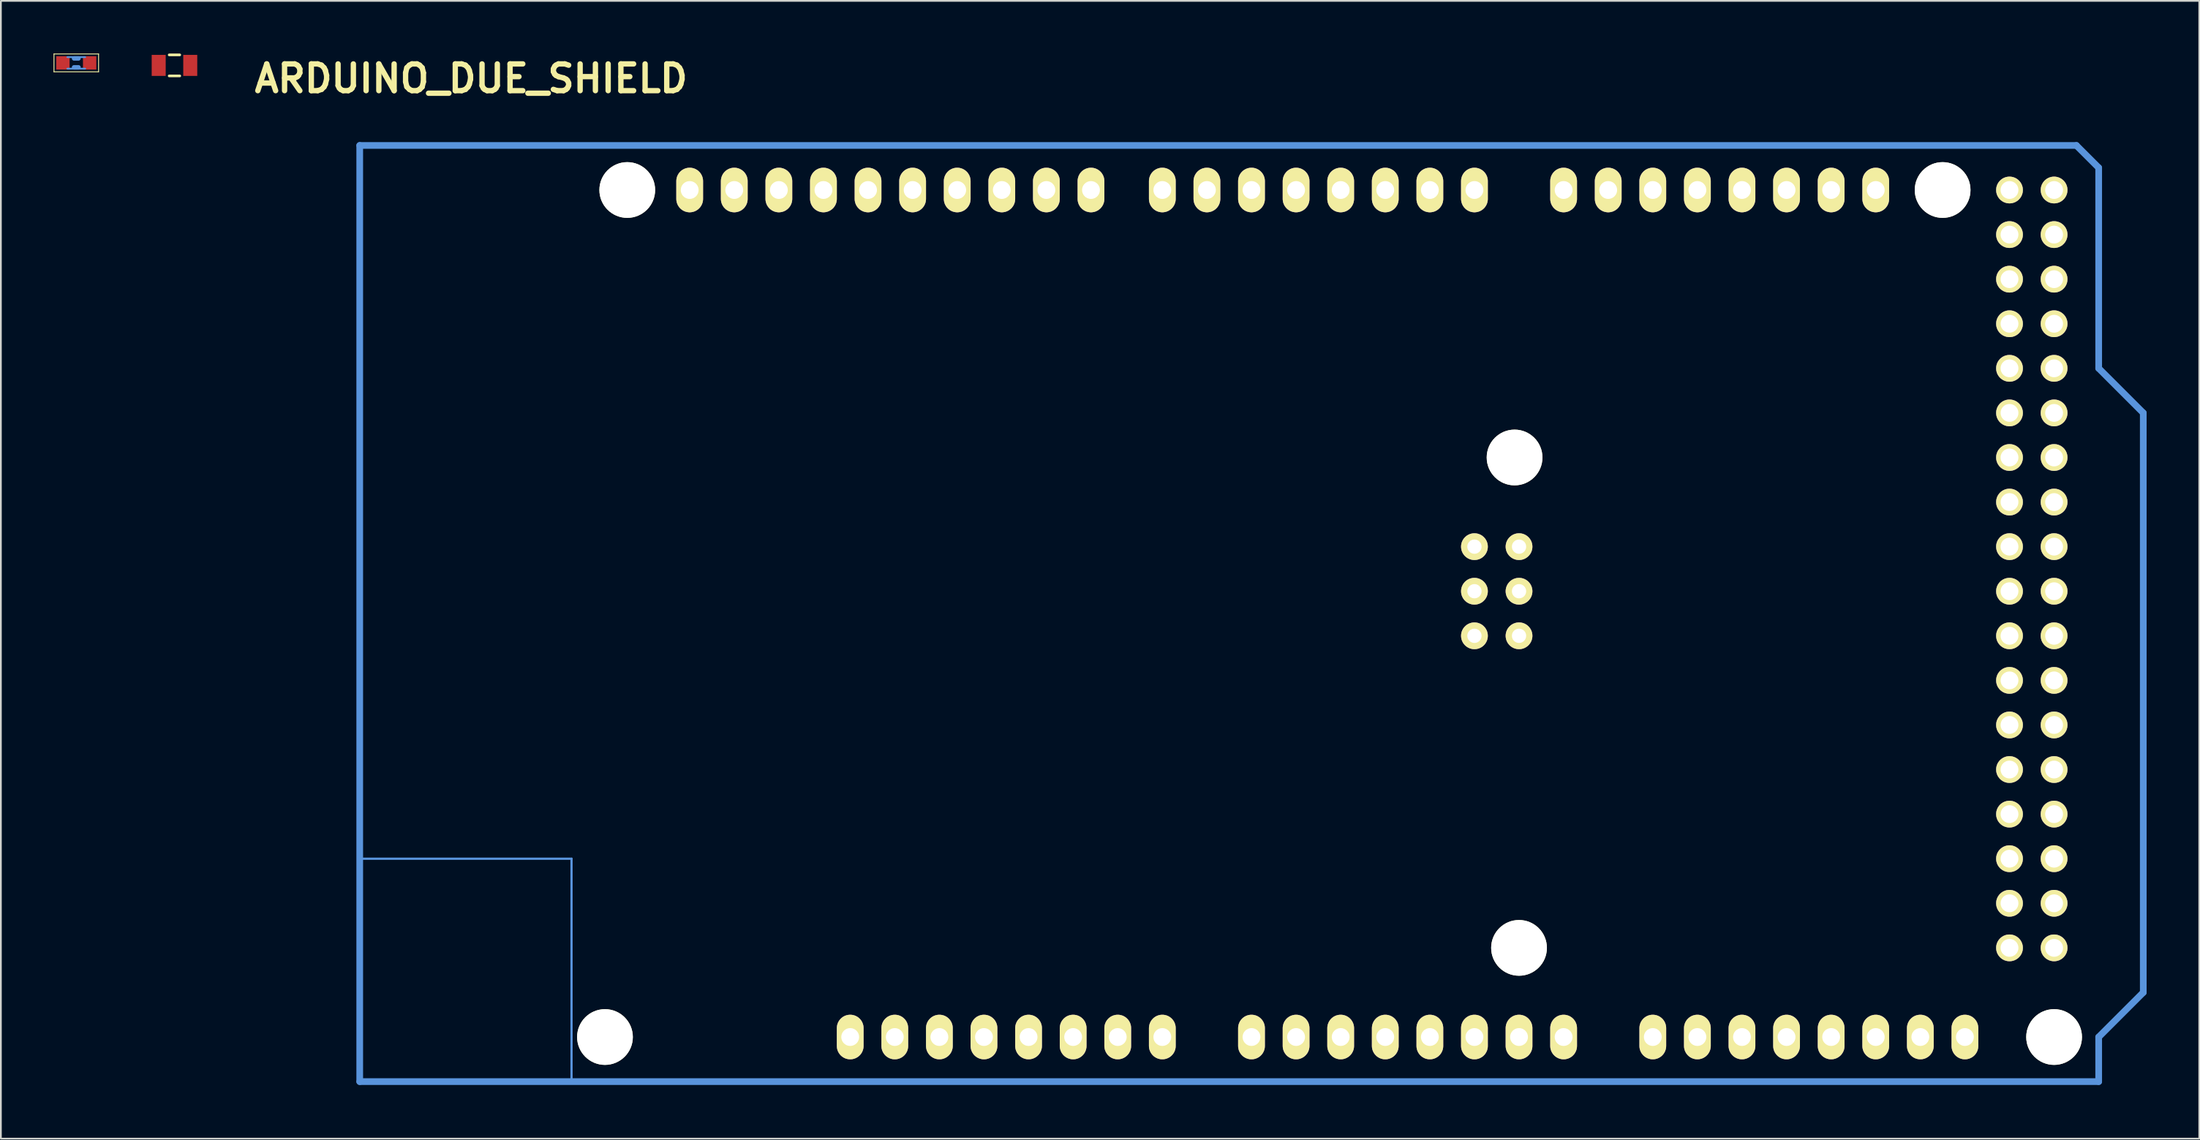
<source format=kicad_pcb>
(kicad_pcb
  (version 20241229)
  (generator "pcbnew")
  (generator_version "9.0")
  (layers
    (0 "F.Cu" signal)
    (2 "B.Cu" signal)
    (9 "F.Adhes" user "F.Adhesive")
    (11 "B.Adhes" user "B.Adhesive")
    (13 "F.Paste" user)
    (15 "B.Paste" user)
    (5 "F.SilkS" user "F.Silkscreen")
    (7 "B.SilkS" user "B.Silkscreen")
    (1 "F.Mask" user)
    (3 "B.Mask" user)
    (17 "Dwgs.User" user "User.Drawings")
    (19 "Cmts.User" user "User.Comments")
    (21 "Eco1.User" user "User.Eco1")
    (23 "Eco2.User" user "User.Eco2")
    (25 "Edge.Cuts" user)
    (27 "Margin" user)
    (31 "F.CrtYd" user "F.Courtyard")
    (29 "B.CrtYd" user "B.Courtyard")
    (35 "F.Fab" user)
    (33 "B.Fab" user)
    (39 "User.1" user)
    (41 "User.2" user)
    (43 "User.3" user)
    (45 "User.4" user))
  (footprint "0805"
    (layer "F.Cu")
    (at 6.889 0.676)
    (property "Reference" "0805" (at 0 -0.35 0) (layer "Eco1.User") (effects (font (size 0.2 0.2) (thickness 0.03))))
    (attr through_hole)
    (fp_line (start -0.3 -0.599) (end 0.3 -0.599) (stroke (width 0.152) (type solid)) (layer "F.SilkS"))
    (fp_line (start -0.3 0.599) (end 0.3 0.599) (stroke (width 0.152) (type solid)) (layer "F.SilkS"))
    (pad "1" smd rect (at -0.899 0) (size 0.798 1.199) (layers "F.Cu" "F.Mask" "F.Paste"))
    (pad "2" smd rect (at 0.899 0) (size 0.798 1.199) (layers "F.Cu" "F.Mask" "F.Paste")))
  (footprint "ARDUINO_DUE_SHIELD"
    (layer "F.Cu")
    (at 17.442 58.576)
    (property "Reference" "ARDUINO_DUE_SHIELD" (at 6.35 -57.15 0) (layer "F.SilkS") (effects (font (size 1.524 1.524) (thickness 0.305))))
    (attr through_hole)
    (fp_line (start 0 -12.7) (end 12.065 -12.7) (stroke (width 0.127) (type solid)) (layer "Cmts.User"))
    (fp_line (start 0 0) (end 0 -53.34) (stroke (width 0.381) (type solid)) (layer "Cmts.User"))
    (fp_line (start 12.065 -12.7) (end 12.065 0) (stroke (width 0.127) (type solid)) (layer "Cmts.User"))
    (fp_line (start 97.79 -53.34) (end 0 -53.34) (stroke (width 0.381) (type solid)) (layer "Cmts.User"))
    (fp_line (start 99.06 -52.07) (end 97.79 -53.34) (stroke (width 0.381) (type solid)) (layer "Cmts.User"))
    (fp_line (start 99.06 -40.64) (end 99.06 -52.07) (stroke (width 0.381) (type solid)) (layer "Cmts.User"))
    (fp_line (start 99.06 -40.64) (end 101.6 -38.1) (stroke (width 0.381) (type solid)) (layer "Cmts.User"))
    (fp_line (start 99.06 -2.54) (end 99.06 0) (stroke (width 0.381) (type solid)) (layer "Cmts.User"))
    (fp_line (start 99.06 0) (end 0 0) (stroke (width 0.381) (type solid)) (layer "Cmts.User"))
    (fp_line (start 101.6 -38.1) (end 101.6 -5.08) (stroke (width 0.381) (type solid)) (layer "Cmts.User"))
    (fp_line (start 101.6 -5.08) (end 99.06 -2.54) (stroke (width 0.381) (type solid)) (layer "Cmts.User"))
    (pad "" np_thru_hole circle (at 13.97 -2.54 90) (size 3.175 3.175) (drill 3.175) (layers "*.Cu" "*.Mask" "F.SilkS"))
    (pad "" np_thru_hole circle (at 15.24 -50.8 90) (size 3.175 3.175) (drill 3.175) (layers "*.Cu" "*.Mask" "F.SilkS"))
    (pad "" np_thru_hole circle (at 65.786 -35.56) (size 3.175 3.175) (drill 3.175) (layers "*.Cu" "*.Mask" "F.SilkS"))
    (pad "" np_thru_hole circle (at 66.04 -7.62) (size 3.175 3.175) (drill 3.175) (layers "*.Cu" "*.Mask" "F.SilkS"))
    (pad "" np_thru_hole circle (at 90.17 -50.8 90) (size 3.175 3.175) (drill 3.175) (layers "*.Cu" "*.Mask" "F.SilkS"))
    (pad "" np_thru_hole circle (at 96.52 -2.54 90) (size 3.175 3.175) (drill 3.175) (layers "*.Cu" "*.Mask" "F.SilkS"))
    (pad "0" thru_hole oval (at 63.5 -50.8 90) (size 2.54 1.524) (drill 1.016) (layers "*.Cu" "*.Mask" "F.SilkS"))
    (pad "1" thru_hole oval (at 60.96 -50.8 90) (size 2.54 1.524) (drill 1.016) (layers "*.Cu" "*.Mask" "F.SilkS"))
    (pad "2" thru_hole oval (at 58.42 -50.8 90) (size 2.54 1.524) (drill 1.016) (layers "*.Cu" "*.Mask" "F.SilkS"))
    (pad "3" thru_hole oval (at 55.88 -50.8 90) (size 2.54 1.524) (drill 1.016) (layers "*.Cu" "*.Mask" "F.SilkS"))
    (pad "3V3" thru_hole oval (at 35.56 -2.54 90) (size 2.54 1.524) (drill 1.016) (layers "*.Cu" "*.Mask" "F.SilkS"))
    (pad "4" thru_hole oval (at 53.34 -50.8 90) (size 2.54 1.524) (drill 1.016) (layers "*.Cu" "*.Mask" "F.SilkS"))
    (pad "5" thru_hole oval (at 50.8 -50.8 90) (size 2.54 1.524) (drill 1.016) (layers "*.Cu" "*.Mask" "F.SilkS"))
    (pad "5V" thru_hole oval (at 38.1 -2.54 90) (size 2.54 1.524) (drill 1.016) (layers "*.Cu" "*.Mask" "F.SilkS"))
    (pad "5V_4" thru_hole circle (at 93.98 -50.8) (size 1.524 1.524) (drill 1.016) (layers "*.Cu" "*.Mask" "F.SilkS"))
    (pad "5V_5" thru_hole circle (at 96.52 -50.8) (size 1.524 1.524) (drill 1.016) (layers "*.Cu" "*.Mask" "F.SilkS"))
    (pad "6" thru_hole oval (at 48.26 -50.8 90) (size 2.54 1.524) (drill 1.016) (layers "*.Cu" "*.Mask" "F.SilkS"))
    (pad "7" thru_hole oval (at 45.72 -50.8 90) (size 2.54 1.524) (drill 1.016) (layers "*.Cu" "*.Mask" "F.SilkS"))
    (pad "8" thru_hole oval (at 41.656 -50.8 90) (size 2.54 1.524) (drill 1.016) (layers "*.Cu" "*.Mask" "F.SilkS"))
    (pad "9" thru_hole oval (at 39.116 -50.8 90) (size 2.54 1.524) (drill 1.016) (layers "*.Cu" "*.Mask" "F.SilkS"))
    (pad "10" thru_hole oval (at 36.576 -50.8 90) (size 2.54 1.524) (drill 1.016) (layers "*.Cu" "*.Mask" "F.SilkS"))
    (pad "11" thru_hole oval (at 34.036 -50.8 90) (size 2.54 1.524) (drill 1.016) (layers "*.Cu" "*.Mask" "F.SilkS"))
    (pad "12" thru_hole oval (at 31.496 -50.8 90) (size 2.54 1.524) (drill 1.016) (layers "*.Cu" "*.Mask" "F.SilkS"))
    (pad "13" thru_hole oval (at 28.956 -50.8 90) (size 2.54 1.524) (drill 1.016) (layers "*.Cu" "*.Mask" "F.SilkS"))
    (pad "14" thru_hole oval (at 68.58 -50.8 90) (size 2.54 1.524) (drill 1.016) (layers "*.Cu" "*.Mask" "F.SilkS"))
    (pad "15" thru_hole oval (at 71.12 -50.8 90) (size 2.54 1.524) (drill 1.016) (layers "*.Cu" "*.Mask" "F.SilkS"))
    (pad "16" thru_hole oval (at 73.66 -50.8 90) (size 2.54 1.524) (drill 1.016) (layers "*.Cu" "*.Mask" "F.SilkS"))
    (pad "17" thru_hole oval (at 76.2 -50.8 90) (size 2.54 1.524) (drill 1.016) (layers "*.Cu" "*.Mask" "F.SilkS"))
    (pad "18" thru_hole oval (at 78.74 -50.8 90) (size 2.54 1.524) (drill 1.016) (layers "*.Cu" "*.Mask" "F.SilkS"))
    (pad "19" thru_hole oval (at 81.28 -50.8 90) (size 2.54 1.524) (drill 1.016) (layers "*.Cu" "*.Mask" "F.SilkS"))
    (pad "20" thru_hole oval (at 83.82 -50.8 90) (size 2.54 1.524) (drill 1.016) (layers "*.Cu" "*.Mask" "F.SilkS"))
    (pad "21" thru_hole oval (at 86.36 -50.8 90) (size 2.54 1.524) (drill 1.016) (layers "*.Cu" "*.Mask" "F.SilkS"))
    (pad "22" thru_hole circle (at 93.98 -48.26) (size 1.524 1.524) (drill 1.016) (layers "*.Cu" "*.Mask" "F.SilkS"))
    (pad "23" thru_hole circle (at 96.52 -48.26) (size 1.524 1.524) (drill 1.016) (layers "*.Cu" "*.Mask" "F.SilkS"))
    (pad "24" thru_hole circle (at 93.98 -45.72) (size 1.524 1.524) (drill 1.016) (layers "*.Cu" "*.Mask" "F.SilkS"))
    (pad "25" thru_hole circle (at 96.52 -45.72) (size 1.524 1.524) (drill 1.016) (layers "*.Cu" "*.Mask" "F.SilkS"))
    (pad "26" thru_hole circle (at 93.98 -43.18) (size 1.524 1.524) (drill 1.016) (layers "*.Cu" "*.Mask" "F.SilkS"))
    (pad "27" thru_hole circle (at 96.52 -43.18) (size 1.524 1.524) (drill 1.016) (layers "*.Cu" "*.Mask" "F.SilkS"))
    (pad "28" thru_hole circle (at 93.98 -40.64) (size 1.524 1.524) (drill 1.016) (layers "*.Cu" "*.Mask" "F.SilkS"))
    (pad "29" thru_hole circle (at 96.52 -40.64) (size 1.524 1.524) (drill 1.016) (layers "*.Cu" "*.Mask" "F.SilkS"))
    (pad "30" thru_hole circle (at 93.98 -38.1) (size 1.524 1.524) (drill 1.016) (layers "*.Cu" "*.Mask" "F.SilkS"))
    (pad "31" thru_hole circle (at 96.52 -38.1) (size 1.524 1.524) (drill 1.016) (layers "*.Cu" "*.Mask" "F.SilkS"))
    (pad "32" thru_hole circle (at 93.98 -35.56) (size 1.524 1.524) (drill 1.016) (layers "*.Cu" "*.Mask" "F.SilkS"))
    (pad "33" thru_hole circle (at 96.52 -35.56) (size 1.524 1.524) (drill 1.016) (layers "*.Cu" "*.Mask" "F.SilkS"))
    (pad "34" thru_hole circle (at 93.98 -33.02) (size 1.524 1.524) (drill 1.016) (layers "*.Cu" "*.Mask" "F.SilkS"))
    (pad "35" thru_hole circle (at 96.52 -33.02) (size 1.524 1.524) (drill 1.016) (layers "*.Cu" "*.Mask" "F.SilkS"))
    (pad "36" thru_hole circle (at 93.98 -30.48) (size 1.524 1.524) (drill 1.016) (layers "*.Cu" "*.Mask" "F.SilkS"))
    (pad "37" thru_hole circle (at 96.52 -30.48) (size 1.524 1.524) (drill 1.016) (layers "*.Cu" "*.Mask" "F.SilkS"))
    (pad "38" thru_hole circle (at 93.98 -27.94) (size 1.524 1.524) (drill 1.016) (layers "*.Cu" "*.Mask" "F.SilkS"))
    (pad "39" thru_hole circle (at 96.52 -27.94) (size 1.524 1.524) (drill 1.016) (layers "*.Cu" "*.Mask" "F.SilkS"))
    (pad "40" thru_hole circle (at 93.98 -25.4) (size 1.524 1.524) (drill 1.016) (layers "*.Cu" "*.Mask" "F.SilkS"))
    (pad "41" thru_hole circle (at 96.52 -25.4) (size 1.524 1.524) (drill 1.016) (layers "*.Cu" "*.Mask" "F.SilkS"))
    (pad "42" thru_hole circle (at 93.98 -22.86) (size 1.524 1.524) (drill 1.016) (layers "*.Cu" "*.Mask" "F.SilkS"))
    (pad "43" thru_hole circle (at 96.52 -22.86) (size 1.524 1.524) (drill 1.016) (layers "*.Cu" "*.Mask" "F.SilkS"))
    (pad "44" thru_hole circle (at 93.98 -20.32) (size 1.524 1.524) (drill 1.016) (layers "*.Cu" "*.Mask" "F.SilkS"))
    (pad "45" thru_hole circle (at 96.52 -20.32) (size 1.524 1.524) (drill 1.016) (layers "*.Cu" "*.Mask" "F.SilkS"))
    (pad "46" thru_hole circle (at 93.98 -17.78) (size 1.524 1.524) (drill 1.016) (layers "*.Cu" "*.Mask" "F.SilkS"))
    (pad "47" thru_hole circle (at 96.52 -17.78) (size 1.524 1.524) (drill 1.016) (layers "*.Cu" "*.Mask" "F.SilkS"))
    (pad "48" thru_hole circle (at 93.98 -15.24) (size 1.524 1.524) (drill 1.016) (layers "*.Cu" "*.Mask" "F.SilkS"))
    (pad "49" thru_hole circle (at 96.52 -15.24) (size 1.524 1.524) (drill 1.016) (layers "*.Cu" "*.Mask" "F.SilkS"))
    (pad "50" thru_hole circle (at 93.98 -12.7) (size 1.524 1.524) (drill 1.016) (layers "*.Cu" "*.Mask" "F.SilkS"))
    (pad "51" thru_hole circle (at 96.52 -12.7) (size 1.524 1.524) (drill 1.016) (layers "*.Cu" "*.Mask" "F.SilkS"))
    (pad "52" thru_hole circle (at 93.98 -10.16) (size 1.524 1.524) (drill 1.016) (layers "*.Cu" "*.Mask" "F.SilkS"))
    (pad "53" thru_hole circle (at 96.52 -10.16) (size 1.524 1.524) (drill 1.016) (layers "*.Cu" "*.Mask" "F.SilkS"))
    (pad "AD0" thru_hole oval (at 50.8 -2.54 90) (size 2.54 1.524) (drill 1.016) (layers "*.Cu" "*.Mask" "F.SilkS"))
    (pad "AD1" thru_hole oval (at 53.34 -2.54 90) (size 2.54 1.524) (drill 1.016) (layers "*.Cu" "*.Mask" "F.SilkS"))
    (pad "AD2" thru_hole oval (at 55.88 -2.54 90) (size 2.54 1.524) (drill 1.016) (layers "*.Cu" "*.Mask" "F.SilkS"))
    (pad "AD3" thru_hole oval (at 58.42 -2.54 90) (size 2.54 1.524) (drill 1.016) (layers "*.Cu" "*.Mask" "F.SilkS"))
    (pad "AD4" thru_hole oval (at 60.96 -2.54 90) (size 2.54 1.524) (drill 1.016) (layers "*.Cu" "*.Mask" "F.SilkS"))
    (pad "AD5" thru_hole oval (at 63.5 -2.54 90) (size 2.54 1.524) (drill 1.016) (layers "*.Cu" "*.Mask" "F.SilkS"))
    (pad "AD6" thru_hole oval (at 66.04 -2.54 90) (size 2.54 1.524) (drill 1.016) (layers "*.Cu" "*.Mask" "F.SilkS"))
    (pad "AD7" thru_hole oval (at 68.58 -2.54 90) (size 2.54 1.524) (drill 1.016) (layers "*.Cu" "*.Mask" "F.SilkS"))
    (pad "AD8" thru_hole oval (at 73.66 -2.54 90) (size 2.54 1.524) (drill 1.016) (layers "*.Cu" "*.Mask" "F.SilkS"))
    (pad "AD9" thru_hole oval (at 76.2 -2.54 90) (size 2.54 1.524) (drill 1.016) (layers "*.Cu" "*.Mask" "F.SilkS"))
    (pad "AD10" thru_hole oval (at 78.74 -2.54 90) (size 2.54 1.524) (drill 1.016) (layers "*.Cu" "*.Mask" "F.SilkS"))
    (pad "AD11" thru_hole oval (at 81.28 -2.54 90) (size 2.54 1.524) (drill 1.016) (layers "*.Cu" "*.Mask" "F.SilkS"))
    (pad "AREF" thru_hole oval (at 23.876 -50.8 90) (size 2.54 1.524) (drill 1.016) (layers "*.Cu" "*.Mask" "F.SilkS"))
    (pad "C_RX" thru_hole oval (at 88.9 -2.54 90) (size 2.54 1.524) (drill 1.016) (layers "*.Cu" "*.Mask" "F.SilkS"))
    (pad "C_TX" thru_hole oval (at 91.44 -2.54 90) (size 2.54 1.524) (drill 1.016) (layers "*.Cu" "*.Mask" "F.SilkS"))
    (pad "DAC0" thru_hole oval (at 83.82 -2.54 90) (size 2.54 1.524) (drill 1.016) (layers "*.Cu" "*.Mask" "F.SilkS"))
    (pad "DAC1" thru_hole oval (at 86.36 -2.54 90) (size 2.54 1.524) (drill 1.016) (layers "*.Cu" "*.Mask" "F.SilkS"))
    (pad "GND1" thru_hole oval (at 40.64 -2.54 90) (size 2.54 1.524) (drill 1.016) (layers "*.Cu" "*.Mask" "F.SilkS"))
    (pad "GND2" thru_hole oval (at 43.18 -2.54 90) (size 2.54 1.524) (drill 1.016) (layers "*.Cu" "*.Mask" "F.SilkS"))
    (pad "GND3" thru_hole oval (at 26.416 -50.8 90) (size 2.54 1.524) (drill 1.016) (layers "*.Cu" "*.Mask" "F.SilkS"))
    (pad "GND4" thru_hole circle (at 93.98 -7.62) (size 1.524 1.524) (drill 1.016) (layers "*.Cu" "*.Mask" "F.SilkS"))
    (pad "GND5" thru_hole circle (at 96.52 -7.62) (size 1.524 1.524) (drill 1.016) (layers "*.Cu" "*.Mask" "F.SilkS"))
    (pad "IO_R" thru_hole oval (at 30.48 -2.54 90) (size 2.54 1.524) (drill 1.016) (layers "*.Cu" "*.Mask" "F.SilkS"))
    (pad "NC" thru_hole oval (at 27.94 -2.54 90) (size 2.54 1.524) (drill 1.016) (layers "*.Cu" "*.Mask" "F.SilkS"))
    (pad "RST" thru_hole oval (at 33.02 -2.54 90) (size 2.54 1.524) (drill 1.016) (layers "*.Cu" "*.Mask" "F.SilkS"))
    (pad "SCL1" thru_hole oval (at 18.796 -50.8 90) (size 2.54 1.524) (drill 1.016) (layers "*.Cu" "*.Mask" "F.SilkS"))
    (pad "SDA1" thru_hole oval (at 21.336 -50.8 90) (size 2.54 1.524) (drill 1.016) (layers "*.Cu" "*.Mask" "F.SilkS"))
    (pad "SP1" thru_hole circle (at 63.5 -30.48) (size 1.524 1.524) (drill 0.813) (layers "*.Cu" "*.Mask" "F.SilkS"))
    (pad "SP2" thru_hole circle (at 66.04 -30.48) (size 1.524 1.524) (drill 0.813) (layers "*.Cu" "*.Mask" "F.SilkS"))
    (pad "SP3" thru_hole circle (at 63.5 -27.94) (size 1.524 1.524) (drill 0.813) (layers "*.Cu" "*.Mask" "F.SilkS"))
    (pad "SP4" thru_hole circle (at 66.04 -27.94) (size 1.524 1.524) (drill 0.813) (layers "*.Cu" "*.Mask" "F.SilkS"))
    (pad "SP5" thru_hole circle (at 63.5 -25.4) (size 1.524 1.524) (drill 0.813) (layers "*.Cu" "*.Mask" "F.SilkS"))
    (pad "SP6" thru_hole circle (at 66.04 -25.4) (size 1.524 1.524) (drill 0.813) (layers "*.Cu" "*.Mask" "F.SilkS"))
    (pad "V_IN" thru_hole oval (at 45.72 -2.54 90) (size 2.54 1.524) (drill 1.016) (layers "*.Cu" "*.Mask" "F.SilkS")))
  (footprint "0603"
    (layer "F.Cu")
    (at 1.295 0.533)
    (property "Reference" "0603" (at -0.05 -0.35 0) (layer "Eco1.User") (effects (font (size 0.2 0.2) (thickness 0.03))))
    (attr through_hole)
    (fp_line (start -1.27 -0.508) (end 1.27 -0.508) (stroke (width 0.051) (type solid)) (layer "F.SilkS"))
    (fp_line (start -1.27 0.508) (end -1.27 -0.508) (stroke (width 0.051) (type solid)) (layer "F.SilkS"))
    (fp_line (start 1.27 -0.508) (end 1.27 0.508) (stroke (width 0.051) (type solid)) (layer "F.SilkS"))
    (fp_line (start 1.27 0.508) (end -1.27 0.508) (stroke (width 0.051) (type solid)) (layer "F.SilkS"))
    (fp_line (start -0.508 -0.33) (end 0.508 -0.33) (stroke (width 0.102) (type solid)) (layer "Cmts.User"))
    (fp_line (start -0.508 0.33) (end 0.508 0.33) (stroke (width 0.102) (type solid)) (layer "Cmts.User"))
    (fp_line (start -0.127 -0.254) (end 0.127 -0.254) (stroke (width 0.254) (type solid)) (layer "Cmts.User"))
    (fp_line (start -0.127 0.254) (end 0.127 0.254) (stroke (width 0.254) (type solid)) (layer "Cmts.User"))
    (pad "1" smd rect (at -0.762 0) (size 0.762 0.762) (layers "F.Cu" "F.Mask" "F.Paste"))
    (pad "2" smd rect (at 0.762 0) (size 0.762 0.762) (layers "F.Cu" "F.Mask" "F.Paste")))
  (gr_rect
    (start -3 -3)
    (end 122.233 61.826)
    (stroke (width 0.1) (type default))
    (fill no)
    (layer "Edge.Cuts")))
</source>
